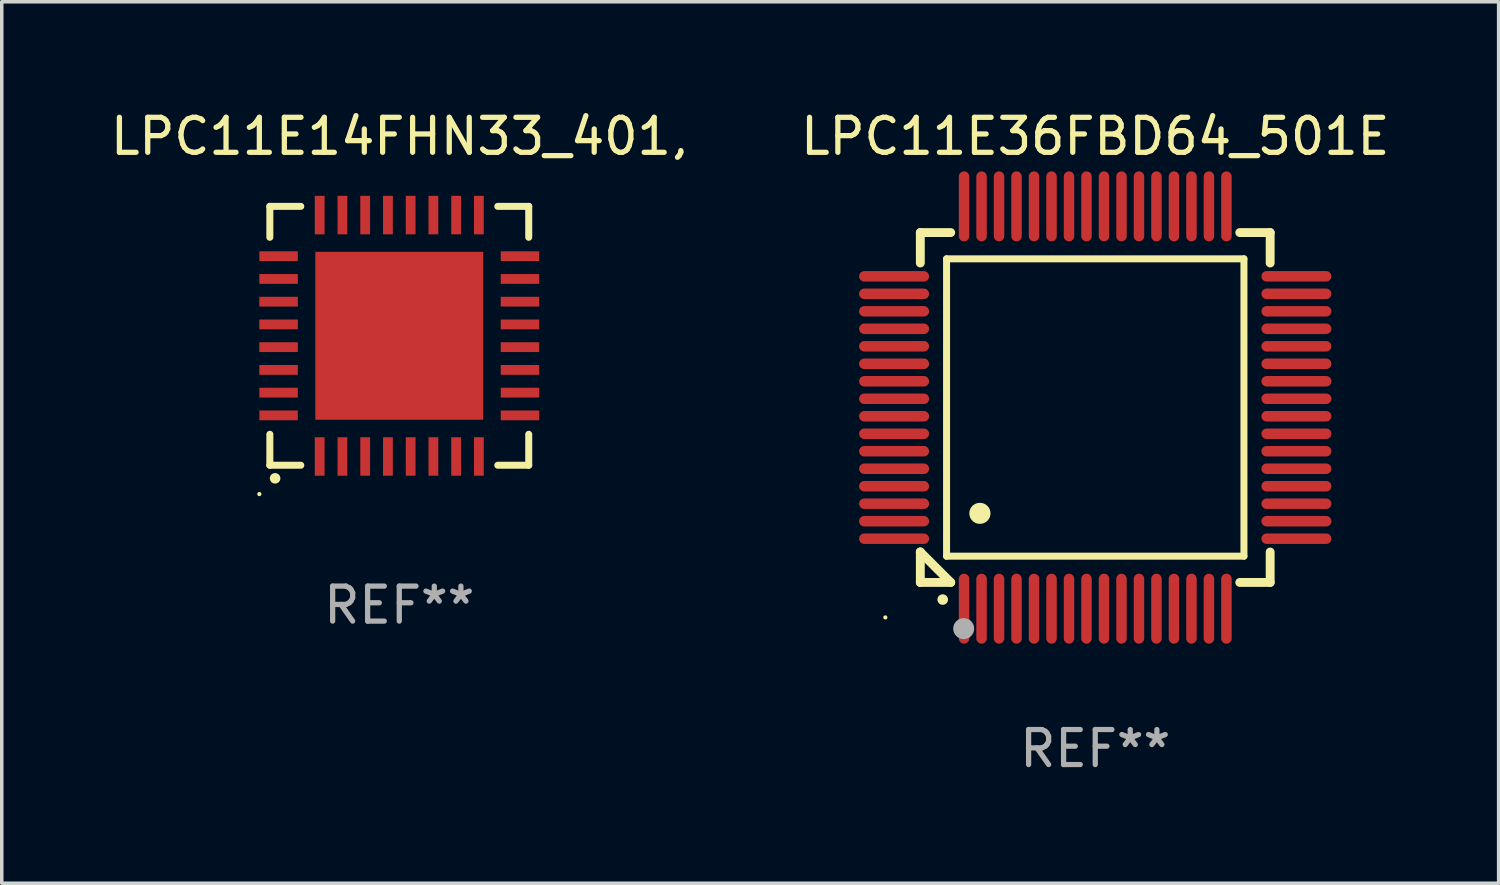
<source format=kicad_pcb>
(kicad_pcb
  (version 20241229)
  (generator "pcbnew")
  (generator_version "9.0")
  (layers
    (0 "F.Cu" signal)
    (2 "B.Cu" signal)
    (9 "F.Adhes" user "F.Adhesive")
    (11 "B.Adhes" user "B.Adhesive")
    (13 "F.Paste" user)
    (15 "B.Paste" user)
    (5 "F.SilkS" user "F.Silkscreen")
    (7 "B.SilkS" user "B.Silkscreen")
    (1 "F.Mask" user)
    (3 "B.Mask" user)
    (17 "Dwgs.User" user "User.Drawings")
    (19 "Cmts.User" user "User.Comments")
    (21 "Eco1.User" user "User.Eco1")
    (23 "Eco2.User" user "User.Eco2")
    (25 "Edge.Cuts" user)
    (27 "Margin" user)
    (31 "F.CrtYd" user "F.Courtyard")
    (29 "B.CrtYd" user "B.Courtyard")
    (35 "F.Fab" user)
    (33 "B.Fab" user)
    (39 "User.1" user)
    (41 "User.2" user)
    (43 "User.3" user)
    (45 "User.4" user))
  (footprint "LPC11E14FHN33_401,"
    (layer "F.Cu")
    (at 8.363 6.548)
    (property "Reference" "LPC11E14FHN33_401," (at 0 -5.7 0) (layer "F.SilkS") (effects (font (size 1 1) (thickness 0.15))))
    (attr through_hole)
    (fp_line (start -3.7 -3.7) (end -2.815 -3.7) (stroke (width 0.2) (type solid)) (layer "F.SilkS"))
    (fp_line (start -3.7 -2.815) (end -3.7 -3.7) (stroke (width 0.2) (type solid)) (layer "F.SilkS"))
    (fp_line (start -3.7 3.7) (end -3.7 2.815) (stroke (width 0.2) (type solid)) (layer "F.SilkS"))
    (fp_line (start -2.815 3.7) (end -3.7 3.7) (stroke (width 0.2) (type solid)) (layer "F.SilkS"))
    (fp_line (start 2.815 3.7) (end 3.7 3.7) (stroke (width 0.2) (type solid)) (layer "F.SilkS"))
    (fp_line (start 3.7 -3.7) (end 2.815 -3.7) (stroke (width 0.2) (type solid)) (layer "F.SilkS"))
    (fp_line (start 3.7 -2.815) (end 3.7 -3.7) (stroke (width 0.2) (type solid)) (layer "F.SilkS"))
    (fp_line (start 3.7 3.7) (end 3.7 2.815) (stroke (width 0.2) (type solid)) (layer "F.SilkS"))
    (fp_arc (start -3.551308 4.074168) (mid -3.550038 4.074163) (end -3.548768 4.074168) (stroke (width 0.3) (type solid)) (layer "F.SilkS"))
    (fp_circle (center -4 4.524) (end -3.97 4.524) (stroke (width 0.06) (type solid)) (fill no) (layer "F.SilkS"))
    (fp_text user "REF**" (at 0 7.7 0) (layer "F.Fab") (effects (font (size 1 1) (thickness 0.15))))
    (pad "1" smd rect (at -2.275 3.45 180) (size 0.28 1.1) (layers "F.Cu" "F.Mask" "F.Paste"))
    (pad "2" smd rect (at -1.625 3.45 180) (size 0.28 1.1) (layers "F.Cu" "F.Mask" "F.Paste"))
    (pad "3" smd rect (at -0.975 3.45 180) (size 0.28 1.1) (layers "F.Cu" "F.Mask" "F.Paste"))
    (pad "4" smd rect (at -0.325 3.45 180) (size 0.28 1.1) (layers "F.Cu" "F.Mask" "F.Paste"))
    (pad "5" smd rect (at 0.325 3.45 180) (size 0.28 1.1) (layers "F.Cu" "F.Mask" "F.Paste"))
    (pad "6" smd rect (at 0.975 3.45 180) (size 0.28 1.1) (layers "F.Cu" "F.Mask" "F.Paste"))
    (pad "7" smd rect (at 1.625 3.45 180) (size 0.28 1.1) (layers "F.Cu" "F.Mask" "F.Paste"))
    (pad "8" smd rect (at 2.275 3.45 180) (size 0.28 1.1) (layers "F.Cu" "F.Mask" "F.Paste"))
    (pad "9" smd rect (at 3.45 2.275 90) (size 0.28 1.1) (layers "F.Cu" "F.Mask" "F.Paste"))
    (pad "10" smd rect (at 3.45 1.625 90) (size 0.28 1.1) (layers "F.Cu" "F.Mask" "F.Paste"))
    (pad "11" smd rect (at 3.45 0.975 90) (size 0.28 1.1) (layers "F.Cu" "F.Mask" "F.Paste"))
    (pad "12" smd rect (at 3.45 0.325 90) (size 0.28 1.1) (layers "F.Cu" "F.Mask" "F.Paste"))
    (pad "13" smd rect (at 3.45 -0.325 90) (size 0.28 1.1) (layers "F.Cu" "F.Mask" "F.Paste"))
    (pad "14" smd rect (at 3.45 -0.975 90) (size 0.28 1.1) (layers "F.Cu" "F.Mask" "F.Paste"))
    (pad "15" smd rect (at 3.45 -1.625 90) (size 0.28 1.1) (layers "F.Cu" "F.Mask" "F.Paste"))
    (pad "16" smd rect (at 3.45 -2.275 90) (size 0.28 1.1) (layers "F.Cu" "F.Mask" "F.Paste"))
    (pad "17" smd rect (at 2.275 -3.45 180) (size 0.28 1.1) (layers "F.Cu" "F.Mask" "F.Paste"))
    (pad "18" smd rect (at 1.625 -3.45 180) (size 0.28 1.1) (layers "F.Cu" "F.Mask" "F.Paste"))
    (pad "19" smd rect (at 0.975 -3.45 180) (size 0.28 1.1) (layers "F.Cu" "F.Mask" "F.Paste"))
    (pad "20" smd rect (at 0.325 -3.45 180) (size 0.28 1.1) (layers "F.Cu" "F.Mask" "F.Paste"))
    (pad "21" smd rect (at -0.325 -3.45 180) (size 0.28 1.1) (layers "F.Cu" "F.Mask" "F.Paste"))
    (pad "22" smd rect (at -0.975 -3.45 180) (size 0.28 1.1) (layers "F.Cu" "F.Mask" "F.Paste"))
    (pad "23" smd rect (at -1.625 -3.45 180) (size 0.28 1.1) (layers "F.Cu" "F.Mask" "F.Paste"))
    (pad "24" smd rect (at -2.275 -3.45 180) (size 0.28 1.1) (layers "F.Cu" "F.Mask" "F.Paste"))
    (pad "25" smd rect (at -3.45 -2.275 90) (size 0.28 1.1) (layers "F.Cu" "F.Mask" "F.Paste"))
    (pad "26" smd rect (at -3.45 -1.625 90) (size 0.28 1.1) (layers "F.Cu" "F.Mask" "F.Paste"))
    (pad "27" smd rect (at -3.45 -0.975 90) (size 0.28 1.1) (layers "F.Cu" "F.Mask" "F.Paste"))
    (pad "28" smd rect (at -3.45 -0.325 90) (size 0.28 1.1) (layers "F.Cu" "F.Mask" "F.Paste"))
    (pad "29" smd rect (at -3.45 0.325 90) (size 0.28 1.1) (layers "F.Cu" "F.Mask" "F.Paste"))
    (pad "30" smd rect (at -3.45 0.975 90) (size 0.28 1.1) (layers "F.Cu" "F.Mask" "F.Paste"))
    (pad "31" smd rect (at -3.45 1.625 90) (size 0.28 1.1) (layers "F.Cu" "F.Mask" "F.Paste"))
    (pad "32" smd rect (at -3.45 2.275 90) (size 0.28 1.1) (layers "F.Cu" "F.Mask" "F.Paste"))
    (pad "33" smd rect (at 0 0 90) (size 4.8 4.8) (layers "F.Cu" "F.Mask" "F.Paste")))
  (footprint "LPC11E36FBD64_501E"
    (layer "F.Cu")
    (at 28.256 8.598)
    (property "Reference" "LPC11E36FBD64_501E" (at 0 -7.75 0) (layer "F.SilkS") (effects (font (size 1 1) (thickness 0.15))))
    (attr through_hole)
    (fp_line (start -5 -5) (end -4.131 -5) (stroke (width 0.254) (type solid)) (layer "F.SilkS"))
    (fp_line (start -5 -4.131) (end -5 -5) (stroke (width 0.254) (type solid)) (layer "F.SilkS"))
    (fp_line (start -5 4.131) (end -5 4.131) (stroke (width 0.254) (type solid)) (layer "F.SilkS"))
    (fp_line (start -5 5) (end -5 4.131) (stroke (width 0.254) (type solid)) (layer "F.SilkS"))
    (fp_line (start -5 4.131) (end -4.131 5) (stroke (width 0.254) (type solid)) (layer "F.SilkS"))
    (fp_line (start -4.25 -4.25) (end -4.25 4.25) (stroke (width 0.2) (type solid)) (layer "F.SilkS"))
    (fp_line (start -4.25 4.25) (end 4.25 4.25) (stroke (width 0.2) (type solid)) (layer "F.SilkS"))
    (fp_line (start -4.131 5) (end -5 5) (stroke (width 0.254) (type solid)) (layer "F.SilkS"))
    (fp_line (start 4.25 -4.25) (end -4.25 -4.25) (stroke (width 0.2) (type solid)) (layer "F.SilkS"))
    (fp_line (start 4.25 4.25) (end 4.25 -4.25) (stroke (width 0.2) (type solid)) (layer "F.SilkS"))
    (fp_line (start 5 -5) (end 4.131 -5) (stroke (width 0.254) (type solid)) (layer "F.SilkS"))
    (fp_line (start 5 -5) (end 5 -4.131) (stroke (width 0.254) (type solid)) (layer "F.SilkS"))
    (fp_line (start 5 4.131) (end 5 5) (stroke (width 0.254) (type solid)) (layer "F.SilkS"))
    (fp_line (start 5 5) (end 4.131 5) (stroke (width 0.254) (type solid)) (layer "F.SilkS"))
    (fp_arc (start -4.361265 5.489992) (mid -4.359995 5.489987) (end -4.358725 5.489992) (stroke (width 0.3) (type solid)) (layer "F.SilkS"))
    (fp_arc (start -3.299467 3.025146) (mid -3.296927 3.025135) (end -3.294387 3.025146) (stroke (width 0.6) (type solid)) (layer "F.SilkS"))
    (fp_circle (center -6 6) (end -5.97 6) (stroke (width 0.06) (type solid)) (fill no) (layer "F.SilkS"))
    (fp_circle (center -3.76 6.32) (end -3.61 6.32) (stroke (width 0.3) (type solid)) (fill no) (layer "F.Fab"))
    (fp_text user "REF**" (at 0 9.75 0) (layer "F.Fab") (effects (font (size 1 1) (thickness 0.15))))
    (pad "1" smd oval (at -3.75 5.75) (size 0.3 2) (layers "F.Cu" "F.Mask" "F.Paste"))
    (pad "2" smd oval (at -3.25 5.75) (size 0.3 2) (layers "F.Cu" "F.Mask" "F.Paste"))
    (pad "3" smd oval (at -2.75 5.75) (size 0.3 2) (layers "F.Cu" "F.Mask" "F.Paste"))
    (pad "4" smd oval (at -2.25 5.75) (size 0.3 2) (layers "F.Cu" "F.Mask" "F.Paste"))
    (pad "5" smd oval (at -1.75 5.75) (size 0.3 2) (layers "F.Cu" "F.Mask" "F.Paste"))
    (pad "6" smd oval (at -1.25 5.75) (size 0.3 2) (layers "F.Cu" "F.Mask" "F.Paste"))
    (pad "7" smd oval (at -0.75 5.75) (size 0.3 2) (layers "F.Cu" "F.Mask" "F.Paste"))
    (pad "8" smd oval (at -0.25 5.75) (size 0.3 2) (layers "F.Cu" "F.Mask" "F.Paste"))
    (pad "9" smd oval (at 0.25 5.75) (size 0.3 2) (layers "F.Cu" "F.Mask" "F.Paste"))
    (pad "10" smd oval (at 0.75 5.75) (size 0.3 2) (layers "F.Cu" "F.Mask" "F.Paste"))
    (pad "11" smd oval (at 1.25 5.75) (size 0.3 2) (layers "F.Cu" "F.Mask" "F.Paste"))
    (pad "12" smd oval (at 1.75 5.75) (size 0.3 2) (layers "F.Cu" "F.Mask" "F.Paste"))
    (pad "13" smd oval (at 2.25 5.75) (size 0.3 2) (layers "F.Cu" "F.Mask" "F.Paste"))
    (pad "14" smd oval (at 2.75 5.75) (size 0.3 2) (layers "F.Cu" "F.Mask" "F.Paste"))
    (pad "15" smd oval (at 3.25 5.75) (size 0.3 2) (layers "F.Cu" "F.Mask" "F.Paste"))
    (pad "16" smd oval (at 3.75 5.75) (size 0.3 2) (layers "F.Cu" "F.Mask" "F.Paste"))
    (pad "17" smd oval (at 5.75 3.75) (size 2 0.3) (layers "F.Cu" "F.Mask" "F.Paste"))
    (pad "18" smd oval (at 5.75 3.25) (size 2 0.3) (layers "F.Cu" "F.Mask" "F.Paste"))
    (pad "19" smd oval (at 5.75 2.75) (size 2 0.3) (layers "F.Cu" "F.Mask" "F.Paste"))
    (pad "20" smd oval (at 5.75 2.25) (size 2 0.3) (layers "F.Cu" "F.Mask" "F.Paste"))
    (pad "21" smd oval (at 5.75 1.75) (size 2 0.3) (layers "F.Cu" "F.Mask" "F.Paste"))
    (pad "22" smd oval (at 5.75 1.25) (size 2 0.3) (layers "F.Cu" "F.Mask" "F.Paste"))
    (pad "23" smd oval (at 5.75 0.75) (size 2 0.3) (layers "F.Cu" "F.Mask" "F.Paste"))
    (pad "24" smd oval (at 5.75 0.25) (size 2 0.3) (layers "F.Cu" "F.Mask" "F.Paste"))
    (pad "25" smd oval (at 5.75 -0.25) (size 2 0.3) (layers "F.Cu" "F.Mask" "F.Paste"))
    (pad "26" smd oval (at 5.75 -0.75) (size 2 0.3) (layers "F.Cu" "F.Mask" "F.Paste"))
    (pad "27" smd oval (at 5.75 -1.25) (size 2 0.3) (layers "F.Cu" "F.Mask" "F.Paste"))
    (pad "28" smd oval (at 5.75 -1.75) (size 2 0.3) (layers "F.Cu" "F.Mask" "F.Paste"))
    (pad "29" smd oval (at 5.75 -2.25) (size 2 0.3) (layers "F.Cu" "F.Mask" "F.Paste"))
    (pad "30" smd oval (at 5.75 -2.75) (size 2 0.3) (layers "F.Cu" "F.Mask" "F.Paste"))
    (pad "31" smd oval (at 5.75 -3.25) (size 2 0.3) (layers "F.Cu" "F.Mask" "F.Paste"))
    (pad "32" smd oval (at 5.75 -3.75) (size 2 0.3) (layers "F.Cu" "F.Mask" "F.Paste"))
    (pad "33" smd oval (at 3.75 -5.75) (size 0.3 2) (layers "F.Cu" "F.Mask" "F.Paste"))
    (pad "34" smd oval (at 3.25 -5.75) (size 0.3 2) (layers "F.Cu" "F.Mask" "F.Paste"))
    (pad "35" smd oval (at 2.75 -5.75) (size 0.3 2) (layers "F.Cu" "F.Mask" "F.Paste"))
    (pad "36" smd oval (at 2.25 -5.75) (size 0.3 2) (layers "F.Cu" "F.Mask" "F.Paste"))
    (pad "37" smd oval (at 1.75 -5.75) (size 0.3 2) (layers "F.Cu" "F.Mask" "F.Paste"))
    (pad "38" smd oval (at 1.25 -5.75) (size 0.3 2) (layers "F.Cu" "F.Mask" "F.Paste"))
    (pad "39" smd oval (at 0.75 -5.75) (size 0.3 2) (layers "F.Cu" "F.Mask" "F.Paste"))
    (pad "40" smd oval (at 0.25 -5.75) (size 0.3 2) (layers "F.Cu" "F.Mask" "F.Paste"))
    (pad "41" smd oval (at -0.25 -5.75) (size 0.3 2) (layers "F.Cu" "F.Mask" "F.Paste"))
    (pad "42" smd oval (at -0.75 -5.75) (size 0.3 2) (layers "F.Cu" "F.Mask" "F.Paste"))
    (pad "43" smd oval (at -1.25 -5.75) (size 0.3 2) (layers "F.Cu" "F.Mask" "F.Paste"))
    (pad "44" smd oval (at -1.75 -5.75) (size 0.3 2) (layers "F.Cu" "F.Mask" "F.Paste"))
    (pad "45" smd oval (at -2.25 -5.75) (size 0.3 2) (layers "F.Cu" "F.Mask" "F.Paste"))
    (pad "46" smd oval (at -2.75 -5.75) (size 0.3 2) (layers "F.Cu" "F.Mask" "F.Paste"))
    (pad "47" smd oval (at -3.25 -5.75) (size 0.3 2) (layers "F.Cu" "F.Mask" "F.Paste"))
    (pad "48" smd oval (at -3.75 -5.75) (size 0.3 2) (layers "F.Cu" "F.Mask" "F.Paste"))
    (pad "49" smd oval (at -5.75 -3.75) (size 2 0.3) (layers "F.Cu" "F.Mask" "F.Paste"))
    (pad "50" smd oval (at -5.75 -3.25) (size 2 0.3) (layers "F.Cu" "F.Mask" "F.Paste"))
    (pad "51" smd oval (at -5.75 -2.75) (size 2 0.3) (layers "F.Cu" "F.Mask" "F.Paste"))
    (pad "52" smd oval (at -5.75 -2.25) (size 2 0.3) (layers "F.Cu" "F.Mask" "F.Paste"))
    (pad "53" smd oval (at -5.75 -1.75) (size 2 0.3) (layers "F.Cu" "F.Mask" "F.Paste"))
    (pad "54" smd oval (at -5.75 -1.25) (size 2 0.3) (layers "F.Cu" "F.Mask" "F.Paste"))
    (pad "55" smd oval (at -5.75 -0.75) (size 2 0.3) (layers "F.Cu" "F.Mask" "F.Paste"))
    (pad "56" smd oval (at -5.75 -0.25) (size 2 0.3) (layers "F.Cu" "F.Mask" "F.Paste"))
    (pad "57" smd oval (at -5.75 0.25) (size 2 0.3) (layers "F.Cu" "F.Mask" "F.Paste"))
    (pad "58" smd oval (at -5.75 0.75) (size 2 0.3) (layers "F.Cu" "F.Mask" "F.Paste"))
    (pad "59" smd oval (at -5.75 1.25) (size 2 0.3) (layers "F.Cu" "F.Mask" "F.Paste"))
    (pad "60" smd oval (at -5.75 1.75) (size 2 0.3) (layers "F.Cu" "F.Mask" "F.Paste"))
    (pad "61" smd oval (at -5.75 2.25) (size 2 0.3) (layers "F.Cu" "F.Mask" "F.Paste"))
    (pad "62" smd oval (at -5.75 2.75) (size 2 0.3) (layers "F.Cu" "F.Mask" "F.Paste"))
    (pad "63" smd oval (at -5.75 3.25) (size 2 0.3) (layers "F.Cu" "F.Mask" "F.Paste"))
    (pad "64" smd oval (at -5.75 3.75) (size 2 0.3) (layers "F.Cu" "F.Mask" "F.Paste")))
  (gr_rect
    (start -3 -3)
    (end 39.786 22.196)
    (stroke (width 0.1) (type default))
    (fill no)
    (layer "Edge.Cuts")))
</source>
